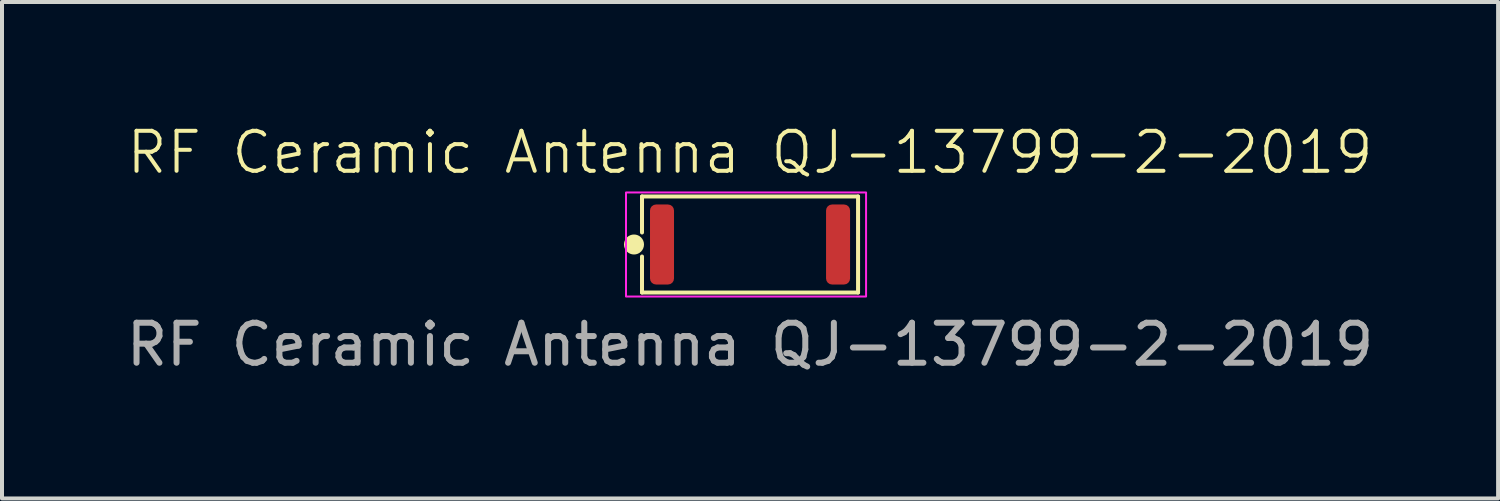
<source format=kicad_pcb>
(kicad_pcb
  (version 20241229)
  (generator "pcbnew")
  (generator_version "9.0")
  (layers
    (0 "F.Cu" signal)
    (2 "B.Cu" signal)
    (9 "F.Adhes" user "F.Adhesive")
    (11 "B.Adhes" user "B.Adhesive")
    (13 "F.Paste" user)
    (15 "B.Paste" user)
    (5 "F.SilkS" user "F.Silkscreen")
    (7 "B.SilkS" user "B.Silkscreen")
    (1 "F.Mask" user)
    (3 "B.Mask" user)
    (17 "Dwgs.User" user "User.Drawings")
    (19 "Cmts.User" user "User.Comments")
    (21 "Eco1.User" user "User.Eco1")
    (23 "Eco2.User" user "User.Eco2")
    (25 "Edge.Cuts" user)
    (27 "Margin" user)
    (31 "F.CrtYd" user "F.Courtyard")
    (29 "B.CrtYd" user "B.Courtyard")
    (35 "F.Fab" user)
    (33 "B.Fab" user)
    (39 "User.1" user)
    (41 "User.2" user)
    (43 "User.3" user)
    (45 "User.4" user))
  (footprint "RF Ceramic Antenna QJ-13799-2-2019"
    (layer "F.Cu")
    (at 15.696 3.061)
    (property "Reference" "RF Ceramic Antenna QJ-13799-2-2019" (at 0 -2.3 0) (unlocked yes) (layer "F.SilkS") (effects (font (size 1 1) (thickness 0.1))))
    (attr smd)
    (fp_line (start -2.7 -1.2) (end 2.7 -1.2) (stroke (width 0.1) (type default)) (layer "F.SilkS"))
    (fp_line (start -2.7 -0.3) (end -2.7 -1.2) (stroke (width 0.1) (type default)) (layer "F.SilkS"))
    (fp_line (start -2.7 1.2) (end -2.7 0.3) (stroke (width 0.1) (type default)) (layer "F.SilkS"))
    (fp_line (start 2.7 -1.2) (end 2.7 1.2) (stroke (width 0.1) (type default)) (layer "F.SilkS"))
    (fp_line (start 2.7 1.2) (end -2.7 1.2) (stroke (width 0.1) (type default)) (layer "F.SilkS"))
    (fp_circle (center -2.9 0) (end -2.7 0) (stroke (width 0.1) (type solid)) (fill yes) (layer "F.SilkS"))
    (fp_rect (start -3.1 -1.3) (end 2.9 1.3) (stroke (width 0.05) (type default)) (fill no) (layer "F.CrtYd"))
    (fp_text user "${REFERENCE}" (at 0 2.5 0) (unlocked yes) (layer "F.Fab") (effects (font (size 1 1) (thickness 0.15))))
    (pad "1" smd roundrect (at -2.2 0) (size 0.6 2) (layers "F.Cu" "F.Mask" "F.Paste") (roundrect_rratio 0.25))
    (pad "2" smd roundrect (at 2.2 0) (size 0.6 2) (layers "F.Cu" "F.Mask" "F.Paste") (roundrect_rratio 0.25)))
  (gr_rect
    (start -3 -3)
    (end 34.393 9.409)
    (stroke (width 0.1) (type default))
    (fill no)
    (layer "Edge.Cuts")))
</source>
